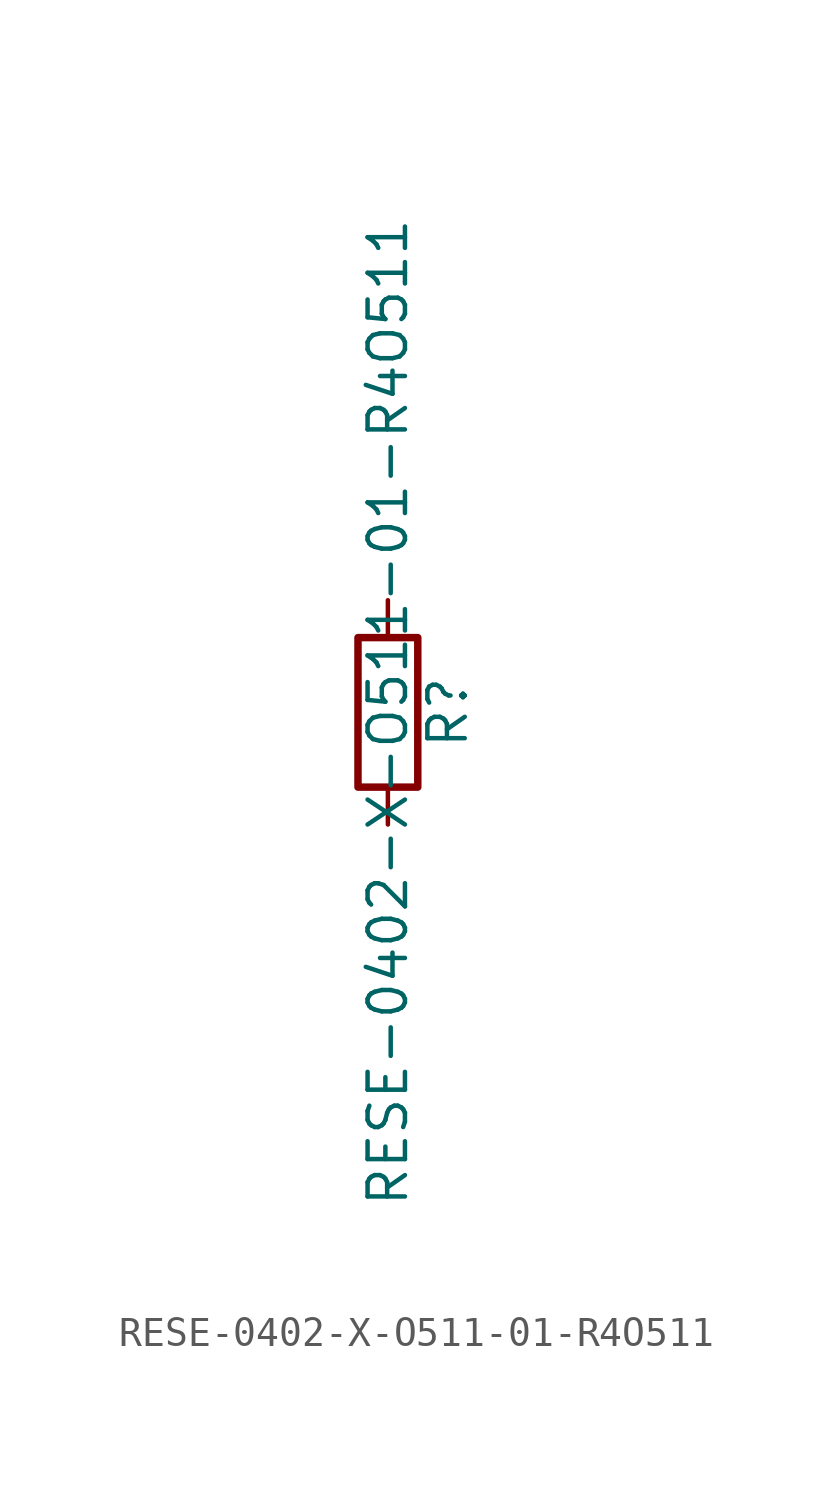
<source format=kicad_sym>
(kicad_symbol_lib
  (version 20211014)
  (generator kicad_symbol_editor)
  (symbol "RESE-0402-X-O511-01-R4O511"
    (pin_numbers hide)
    (pin_names
      (offset 0))
    (property "Reference" "R"
      (at 2.032 0 90)
      (effects (font (size 1.27 1.27))))
    (property "Value" "RESE-0402-X-O511-01-R4O511"
      (at 0 0 90)
      (effects (font (size 1.27 1.27))))
    (symbol "RESE-0402-X-O511-01-R4O511_0_1"
      (rectangle (start -1.016 -2.54) (end 1.016 2.54) (stroke (width 0.254) (type default) (color 0 0 0 0)) (fill (type none))))
    (symbol "RESE-0402-X-O511-01-R4O511_1_1"
      (pin passive line (at 0 3.81 270) (length 1.27) (name "~" (effects (font (size 1.27 1.27)))) (number "1" (effects (font (size 1.27 1.27)))))
      (pin passive line (at 0 -3.81 90) (length 1.27) (name "~" (effects (font (size 1.27 1.27)))) (number "2" (effects (font (size 1.27 1.27))))))))
</source>
